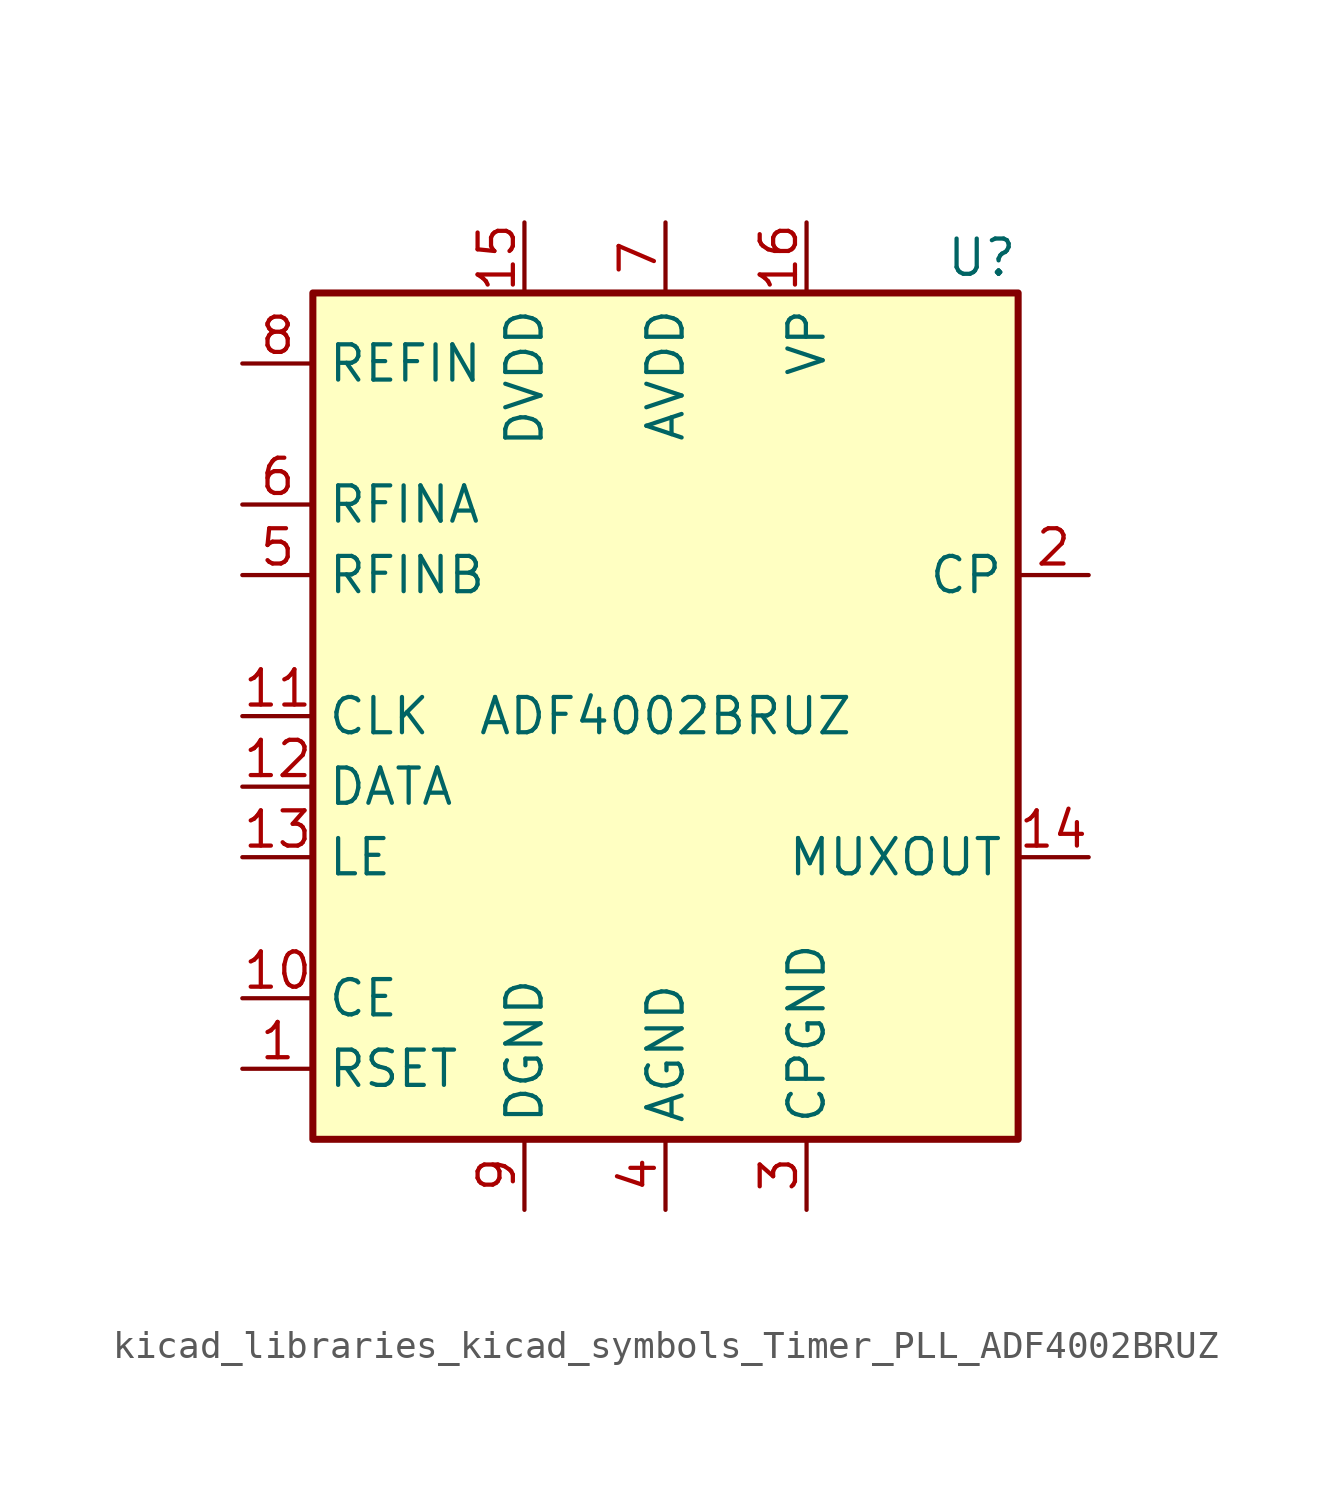
<source format=kicad_sym>
(kicad_symbol_lib
  (version 20220914)
  (generator kicad_symbol_editor)
  (symbol "kicad_libraries_kicad_symbols_Timer_PLL_ADF4002BRUZ"
    (property "Reference" "U"
      (at 12.7 16.51 0)
      (effects (font (size 1.27 1.27)) (justify right)))
    (property "Value" "ADF4002BRUZ"
      (at 0 0 0)
      (effects (font (size 1.27 1.27))))
    (symbol "kicad_libraries_kicad_symbols_Timer_PLL_ADF4002BRUZ_0_1"
      (rectangle (start -12.7 15.24) (end 12.7 -15.24) (stroke (width 0.254) (type default)) (fill (type background))))
    (symbol "kicad_libraries_kicad_symbols_Timer_PLL_ADF4002BRUZ_1_1"
      (pin input line (at -15.24 -12.7 0) (length 2.54) (name "RSET" (effects (font (size 1.27 1.27)))) (number "1" (effects (font (size 1.27 1.27)))))
      (pin input line (at -15.24 -10.16 0) (length 2.54) (name "CE" (effects (font (size 1.27 1.27)))) (number "10" (effects (font (size 1.27 1.27)))))
      (pin input line (at -15.24 0 0) (length 2.54) (name "CLK" (effects (font (size 1.27 1.27)))) (number "11" (effects (font (size 1.27 1.27)))))
      (pin input line (at -15.24 -2.54 0) (length 2.54) (name "DATA" (effects (font (size 1.27 1.27)))) (number "12" (effects (font (size 1.27 1.27)))))
      (pin input line (at -15.24 -5.08 0) (length 2.54) (name "LE" (effects (font (size 1.27 1.27)))) (number "13" (effects (font (size 1.27 1.27)))))
      (pin output line (at 15.24 -5.08 180) (length 2.54) (name "MUXOUT" (effects (font (size 1.27 1.27)))) (number "14" (effects (font (size 1.27 1.27)))))
      (pin power_in line (at -5.08 17.78 270) (length 2.54) (name "DVDD" (effects (font (size 1.27 1.27)))) (number "15" (effects (font (size 1.27 1.27)))))
      (pin power_in line (at 5.08 17.78 270) (length 2.54) (name "VP" (effects (font (size 1.27 1.27)))) (number "16" (effects (font (size 1.27 1.27)))))
      (pin output line (at 15.24 5.08 180) (length 2.54) (name "CP" (effects (font (size 1.27 1.27)))) (number "2" (effects (font (size 1.27 1.27)))))
      (pin power_in line (at 5.08 -17.78 90) (length 2.54) (name "CPGND" (effects (font (size 1.27 1.27)))) (number "3" (effects (font (size 1.27 1.27)))))
      (pin power_in line (at 0 -17.78 90) (length 2.54) (name "AGND" (effects (font (size 1.27 1.27)))) (number "4" (effects (font (size 1.27 1.27)))))
      (pin input line (at -15.24 5.08 0) (length 2.54) (name "RFINB" (effects (font (size 1.27 1.27)))) (number "5" (effects (font (size 1.27 1.27)))))
      (pin input line (at -15.24 7.62 0) (length 2.54) (name "RFINA" (effects (font (size 1.27 1.27)))) (number "6" (effects (font (size 1.27 1.27)))))
      (pin power_in line (at 0 17.78 270) (length 2.54) (name "AVDD" (effects (font (size 1.27 1.27)))) (number "7" (effects (font (size 1.27 1.27)))))
      (pin input line (at -15.24 12.7 0) (length 2.54) (name "REFIN" (effects (font (size 1.27 1.27)))) (number "8" (effects (font (size 1.27 1.27)))))
      (pin power_in line (at -5.08 -17.78 90) (length 2.54) (name "DGND" (effects (font (size 1.27 1.27)))) (number "9" (effects (font (size 1.27 1.27))))))))
</source>
